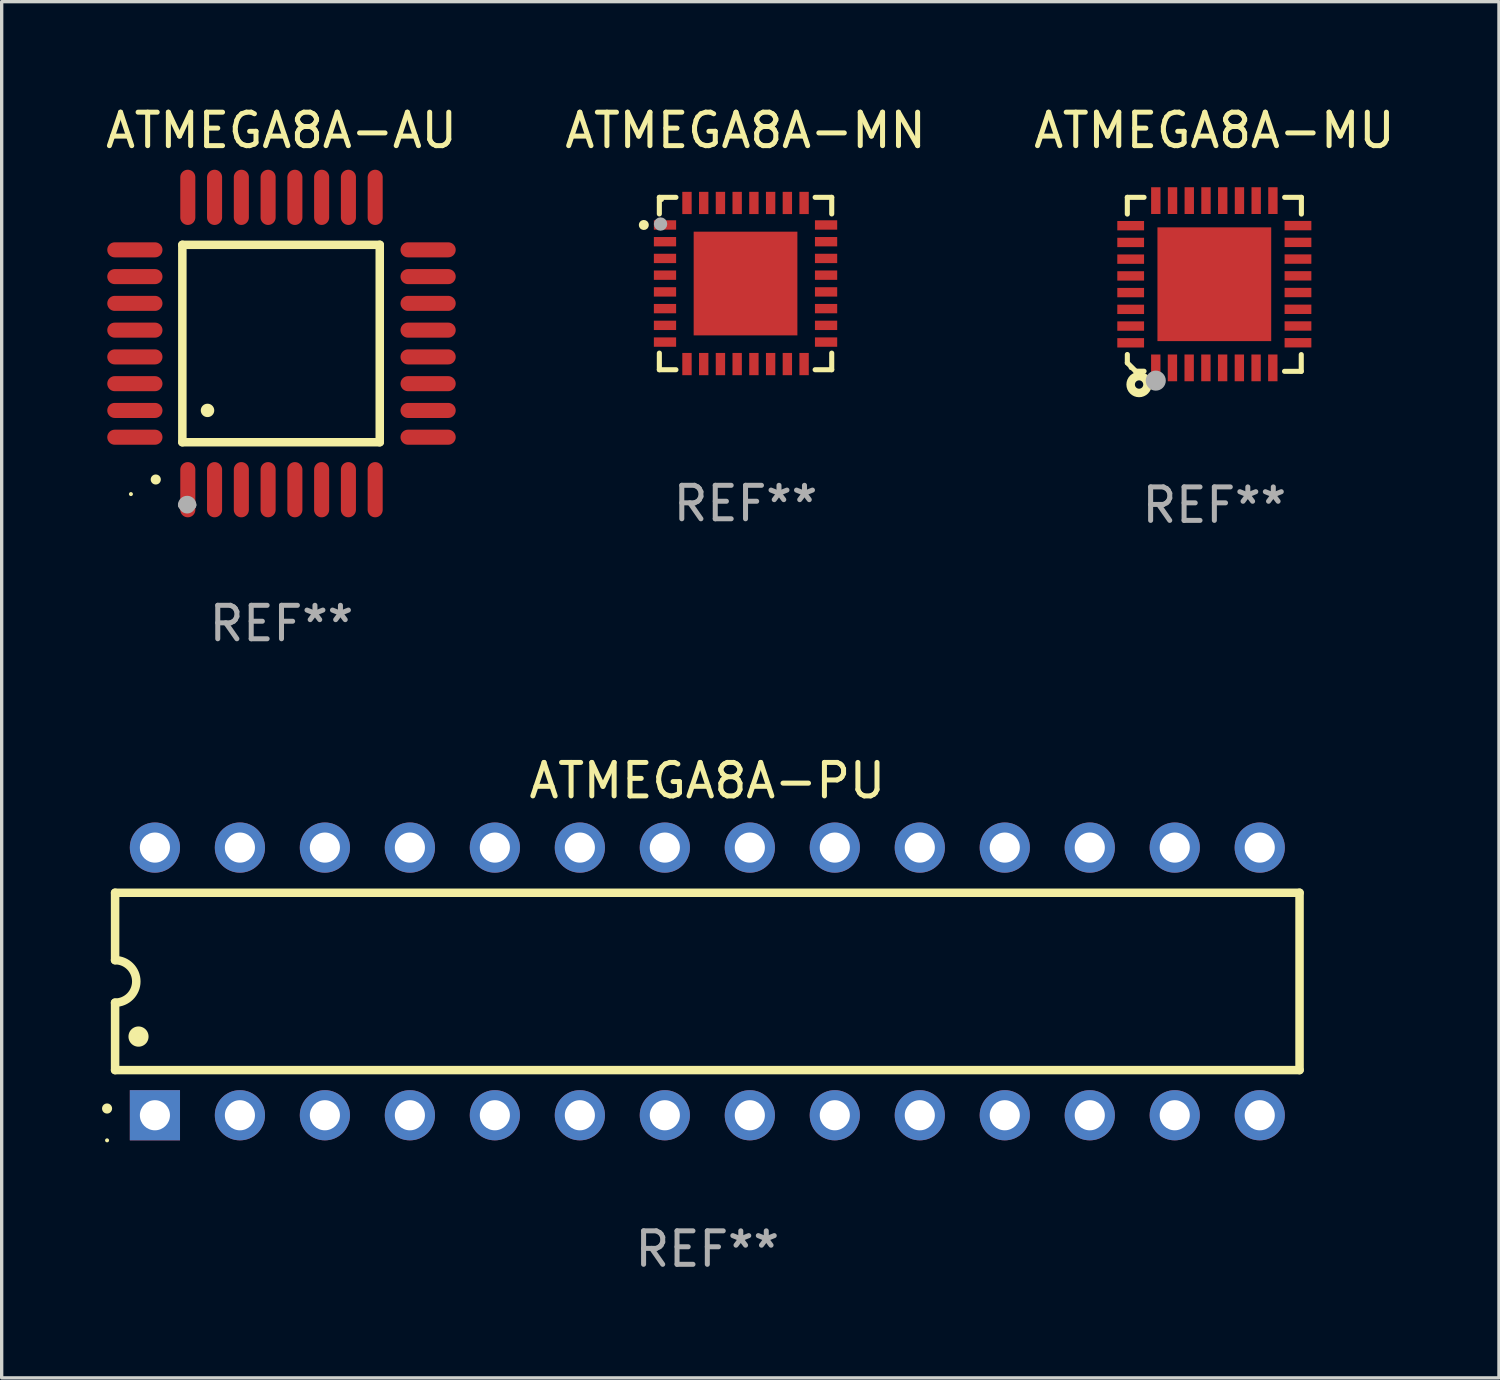
<source format=kicad_pcb>
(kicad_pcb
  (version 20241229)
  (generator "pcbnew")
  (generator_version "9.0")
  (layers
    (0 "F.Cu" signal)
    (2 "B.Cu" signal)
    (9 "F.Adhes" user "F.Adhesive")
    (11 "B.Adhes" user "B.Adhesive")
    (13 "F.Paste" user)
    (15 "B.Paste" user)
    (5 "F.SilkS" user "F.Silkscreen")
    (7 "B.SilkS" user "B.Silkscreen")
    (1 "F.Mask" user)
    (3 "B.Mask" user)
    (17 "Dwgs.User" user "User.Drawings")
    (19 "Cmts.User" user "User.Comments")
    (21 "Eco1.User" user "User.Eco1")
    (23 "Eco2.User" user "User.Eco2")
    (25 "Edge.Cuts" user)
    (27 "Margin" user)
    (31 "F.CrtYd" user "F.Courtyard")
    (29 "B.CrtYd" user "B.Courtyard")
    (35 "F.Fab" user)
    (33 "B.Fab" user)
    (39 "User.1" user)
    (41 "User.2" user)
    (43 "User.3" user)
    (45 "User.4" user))
  (footprint "ATMEGA8A-PU"
    (layer "F.Cu")
    (at 18.09 26.282)
    (property "Reference" "ATMEGA8A-PU" (at 0 -6 0) (layer "F.SilkS") (effects (font (size 1 1) (thickness 0.15))))
    (attr through_hole)
    (fp_line (start -17.7 -2.65) (end 17.7 -2.65) (stroke (width 0.254) (type solid)) (layer "F.SilkS"))
    (fp_line (start -17.7 -0.635) (end -17.7 -2.65) (stroke (width 0.254) (type solid)) (layer "F.SilkS"))
    (fp_line (start -17.7 2.65) (end -17.7 0.635) (stroke (width 0.254) (type solid)) (layer "F.SilkS"))
    (fp_line (start 17.7 -2.65) (end 17.7 2.65) (stroke (width 0.254) (type solid)) (layer "F.SilkS"))
    (fp_line (start 17.7 2.65) (end -17.7 2.65) (stroke (width 0.254) (type solid)) (layer "F.SilkS"))
    (fp_arc (start -17.940056 3.799848) (mid -17.940061 3.798578) (end -17.940056 3.797308) (stroke (width 0.3) (type solid)) (layer "F.SilkS"))
    (fp_arc (start -17.701295 -0.635001) (mid -17.066294 0) (end -17.701295 0.635001) (stroke (width 0.254001) (type solid)) (layer "F.SilkS"))
    (fp_arc (start -17.000254 1.651003) (mid -17.000265 1.648463) (end -17.000254 1.645923) (stroke (width 0.6) (type solid)) (layer "F.SilkS"))
    (fp_circle (center -17.94 4.75) (end -17.91 4.75) (stroke (width 0.06) (type solid)) (fill no) (layer "F.SilkS"))
    (fp_text user "REF**" (at 0 8 0) (layer "F.Fab") (effects (font (size 1 1) (thickness 0.15))))
    (pad "1" thru_hole rect (at -16.51 4 90) (size 1.5 1.5) (drill 0.9) (layers "*.Cu" "*.Mask"))
    (pad "2" thru_hole circle (at -13.97 4) (size 1.5 1.5) (drill 0.9) (layers "*.Cu" "*.Mask"))
    (pad "3" thru_hole circle (at -11.43 4) (size 1.5 1.5) (drill 0.9) (layers "*.Cu" "*.Mask"))
    (pad "4" thru_hole circle (at -8.89 4) (size 1.5 1.5) (drill 0.9) (layers "*.Cu" "*.Mask"))
    (pad "5" thru_hole circle (at -6.35 4) (size 1.5 1.5) (drill 0.9) (layers "*.Cu" "*.Mask"))
    (pad "6" thru_hole circle (at -3.81 4) (size 1.5 1.5) (drill 0.9) (layers "*.Cu" "*.Mask"))
    (pad "7" thru_hole circle (at -1.27 4) (size 1.5 1.5) (drill 0.9) (layers "*.Cu" "*.Mask"))
    (pad "8" thru_hole circle (at 1.27 4) (size 1.5 1.5) (drill 0.9) (layers "*.Cu" "*.Mask"))
    (pad "9" thru_hole circle (at 3.81 4) (size 1.5 1.5) (drill 0.9) (layers "*.Cu" "*.Mask"))
    (pad "10" thru_hole circle (at 6.35 4) (size 1.5 1.5) (drill 0.9) (layers "*.Cu" "*.Mask"))
    (pad "11" thru_hole circle (at 8.89 4) (size 1.5 1.5) (drill 0.9) (layers "*.Cu" "*.Mask"))
    (pad "12" thru_hole circle (at 11.43 4) (size 1.5 1.5) (drill 0.9) (layers "*.Cu" "*.Mask"))
    (pad "13" thru_hole circle (at 13.97 4) (size 1.5 1.5) (drill 0.9) (layers "*.Cu" "*.Mask"))
    (pad "14" thru_hole circle (at 16.51 4) (size 1.5 1.5) (drill 0.9) (layers "*.Cu" "*.Mask"))
    (pad "15" thru_hole circle (at 16.51 -4) (size 1.5 1.5) (drill 0.9) (layers "*.Cu" "*.Mask"))
    (pad "16" thru_hole circle (at 13.97 -4) (size 1.5 1.5) (drill 0.9) (layers "*.Cu" "*.Mask"))
    (pad "17" thru_hole circle (at 11.43 -4) (size 1.5 1.5) (drill 0.9) (layers "*.Cu" "*.Mask"))
    (pad "18" thru_hole circle (at 8.89 -4) (size 1.5 1.5) (drill 0.9) (layers "*.Cu" "*.Mask"))
    (pad "19" thru_hole circle (at 6.35 -4) (size 1.5 1.5) (drill 0.9) (layers "*.Cu" "*.Mask"))
    (pad "20" thru_hole circle (at 3.81 -4) (size 1.5 1.5) (drill 0.9) (layers "*.Cu" "*.Mask"))
    (pad "21" thru_hole circle (at 1.27 -4) (size 1.5 1.5) (drill 0.9) (layers "*.Cu" "*.Mask"))
    (pad "22" thru_hole circle (at -1.27 -4) (size 1.5 1.5) (drill 0.9) (layers "*.Cu" "*.Mask"))
    (pad "23" thru_hole circle (at -3.81 -4) (size 1.5 1.5) (drill 0.9) (layers "*.Cu" "*.Mask"))
    (pad "24" thru_hole circle (at -6.35 -4) (size 1.5 1.5) (drill 0.9) (layers "*.Cu" "*.Mask"))
    (pad "25" thru_hole circle (at -8.89 -4) (size 1.5 1.5) (drill 0.9) (layers "*.Cu" "*.Mask"))
    (pad "26" thru_hole circle (at -11.43 -4) (size 1.5 1.5) (drill 0.9) (layers "*.Cu" "*.Mask"))
    (pad "27" thru_hole circle (at -13.97 -4) (size 1.5 1.5) (drill 0.9) (layers "*.Cu" "*.Mask"))
    (pad "28" thru_hole circle (at -16.51 -4) (size 1.5 1.5) (drill 0.9) (layers "*.Cu" "*.Mask")))
  (footprint "ATMEGA8A-AU"
    (layer "F.Cu")
    (at 5.363 7.217)
    (property "Reference" "ATMEGA8A-AU" (at 0 -6.369 0) (layer "F.SilkS") (effects (font (size 1 1) (thickness 0.15))))
    (attr through_hole)
    (fp_line (start -2.963 -2.95) (end -2.963 2.95) (stroke (width 0.254) (type solid)) (layer "F.SilkS"))
    (fp_line (start -2.963 2.95) (end 2.937 2.95) (stroke (width 0.254) (type solid)) (layer "F.SilkS"))
    (fp_line (start 2.937 -2.95) (end -2.963 -2.95) (stroke (width 0.254) (type solid)) (layer "F.SilkS"))
    (fp_line (start 2.937 2.95) (end 2.937 -2.95) (stroke (width 0.254) (type solid)) (layer "F.SilkS"))
    (fp_arc (start -3.759208 4.064008) (mid -3.757938 4.064003) (end -3.756668 4.064008) (stroke (width 0.3) (type solid)) (layer "F.SilkS"))
    (fp_arc (start -2.212344 1.998984) (mid -2.211074 1.99898) (end -2.209804 1.998984) (stroke (width 0.4) (type solid)) (layer "F.SilkS"))
    (fp_circle (center -4.5 4.5) (end -4.47 4.5) (stroke (width 0.06) (type solid)) (fill no) (layer "F.SilkS"))
    (fp_arc (start -2.967489 4.82601) (mid -2.819406 4.677927) (end -2.671323 4.82601) (stroke (width 0.254001) (type solid)) (layer "F.Fab"))
    (fp_arc (start -2.967488 4.82601) (mid -2.819406 4.791053) (end -2.671324 4.82601) (stroke (width 0.254001) (type solid)) (layer "F.Fab"))
    (fp_circle (center -2.819 4.826) (end -2.692 4.826) (stroke (width 0.254) (type solid)) (fill no) (layer "F.Fab"))
    (fp_text user "REF**" (at 0 8.369 0) (layer "F.Fab") (effects (font (size 1 1) (thickness 0.15))))
    (pad "1" smd oval (at -2.8 4.369) (size 0.45 1.65) (layers "F.Cu" "F.Mask" "F.Paste"))
    (pad "2" smd oval (at -2 4.369) (size 0.45 1.65) (layers "F.Cu" "F.Mask" "F.Paste"))
    (pad "3" smd oval (at -1.2 4.369) (size 0.45 1.65) (layers "F.Cu" "F.Mask" "F.Paste"))
    (pad "4" smd oval (at -0.4 4.369) (size 0.45 1.65) (layers "F.Cu" "F.Mask" "F.Paste"))
    (pad "5" smd oval (at 0.4 4.369) (size 0.45 1.65) (layers "F.Cu" "F.Mask" "F.Paste"))
    (pad "6" smd oval (at 1.2 4.369) (size 0.45 1.65) (layers "F.Cu" "F.Mask" "F.Paste"))
    (pad "7" smd oval (at 2 4.369) (size 0.45 1.65) (layers "F.Cu" "F.Mask" "F.Paste"))
    (pad "8" smd oval (at 2.8 4.369) (size 0.45 1.65) (layers "F.Cu" "F.Mask" "F.Paste"))
    (pad "9" smd oval (at 4.382 2.8) (size 1.65 0.45) (layers "F.Cu" "F.Mask" "F.Paste"))
    (pad "10" smd oval (at 4.382 2) (size 1.65 0.45) (layers "F.Cu" "F.Mask" "F.Paste"))
    (pad "11" smd oval (at 4.382 1.2) (size 1.65 0.45) (layers "F.Cu" "F.Mask" "F.Paste"))
    (pad "12" smd oval (at 4.382 0.4) (size 1.65 0.45) (layers "F.Cu" "F.Mask" "F.Paste"))
    (pad "13" smd oval (at 4.382 -0.4) (size 1.65 0.45) (layers "F.Cu" "F.Mask" "F.Paste"))
    (pad "14" smd oval (at 4.382 -1.2) (size 1.65 0.45) (layers "F.Cu" "F.Mask" "F.Paste"))
    (pad "15" smd oval (at 4.382 -2) (size 1.65 0.45) (layers "F.Cu" "F.Mask" "F.Paste"))
    (pad "16" smd oval (at 4.382 -2.8) (size 1.65 0.45) (layers "F.Cu" "F.Mask" "F.Paste"))
    (pad "17" smd oval (at 2.8 -4.369) (size 0.45 1.65) (layers "F.Cu" "F.Mask" "F.Paste"))
    (pad "18" smd oval (at 2 -4.369) (size 0.45 1.65) (layers "F.Cu" "F.Mask" "F.Paste"))
    (pad "19" smd oval (at 1.2 -4.369) (size 0.45 1.65) (layers "F.Cu" "F.Mask" "F.Paste"))
    (pad "20" smd oval (at 0.4 -4.369) (size 0.45 1.65) (layers "F.Cu" "F.Mask" "F.Paste"))
    (pad "21" smd oval (at -0.4 -4.369) (size 0.45 1.65) (layers "F.Cu" "F.Mask" "F.Paste"))
    (pad "22" smd oval (at -1.2 -4.369) (size 0.45 1.65) (layers "F.Cu" "F.Mask" "F.Paste"))
    (pad "23" smd oval (at -2 -4.369) (size 0.45 1.65) (layers "F.Cu" "F.Mask" "F.Paste"))
    (pad "24" smd oval (at -2.8 -4.369) (size 0.45 1.65) (layers "F.Cu" "F.Mask" "F.Paste"))
    (pad "25" smd oval (at -4.382 -2.8) (size 1.65 0.45) (layers "F.Cu" "F.Mask" "F.Paste"))
    (pad "26" smd oval (at -4.382 -2) (size 1.65 0.45) (layers "F.Cu" "F.Mask" "F.Paste"))
    (pad "27" smd oval (at -4.382 -1.2) (size 1.65 0.45) (layers "F.Cu" "F.Mask" "F.Paste"))
    (pad "28" smd oval (at -4.382 -0.4) (size 1.65 0.45) (layers "F.Cu" "F.Mask" "F.Paste"))
    (pad "29" smd oval (at -4.382 0.4) (size 1.65 0.45) (layers "F.Cu" "F.Mask" "F.Paste"))
    (pad "30" smd oval (at -4.382 1.2) (size 1.65 0.45) (layers "F.Cu" "F.Mask" "F.Paste"))
    (pad "31" smd oval (at -4.382 2) (size 1.65 0.45) (layers "F.Cu" "F.Mask" "F.Paste"))
    (pad "32" smd oval (at -4.382 2.8) (size 1.65 0.45) (layers "F.Cu" "F.Mask" "F.Paste")))
  (footprint "ATMEGA8A-MN"
    (layer "F.Cu")
    (at 19.232 5.424)
    (property "Reference" "ATMEGA8A-MN" (at 0 -4.576 0) (layer "F.SilkS") (effects (font (size 1 1) (thickness 0.15))))
    (attr through_hole)
    (fp_line (start -2.576 -2.576) (end -2.576 -2.08) (stroke (width 0.152) (type solid)) (layer "F.SilkS"))
    (fp_line (start -2.576 2.576) (end -2.576 2.08) (stroke (width 0.152) (type solid)) (layer "F.SilkS"))
    (fp_line (start -2.08 -2.576) (end -2.576 -2.576) (stroke (width 0.152) (type solid)) (layer "F.SilkS"))
    (fp_line (start -2.08 2.576) (end -2.576 2.576) (stroke (width 0.152) (type solid)) (layer "F.SilkS"))
    (fp_line (start 2.08 -2.576) (end 2.576 -2.576) (stroke (width 0.152) (type solid)) (layer "F.SilkS"))
    (fp_line (start 2.08 2.576) (end 2.576 2.576) (stroke (width 0.152) (type solid)) (layer "F.SilkS"))
    (fp_line (start 2.576 -2.576) (end 2.576 -2.08) (stroke (width 0.152) (type solid)) (layer "F.SilkS"))
    (fp_line (start 2.576 2.576) (end 2.576 2.08) (stroke (width 0.152) (type solid)) (layer "F.SilkS"))
    (fp_circle (center -3.04 -1.75) (end -2.965 -1.75) (stroke (width 0.15) (type solid)) (fill no) (layer "F.SilkS"))
    (fp_circle (center -2.5 -2.5) (end -2.47 -2.5) (stroke (width 0.06) (type solid)) (fill no) (layer "F.SilkS"))
    (fp_circle (center -2.54 -1.778) (end -2.44 -1.778) (stroke (width 0.2) (type solid)) (fill no) (layer "F.Fab"))
    (fp_text user "REF**" (at 0 6.576 0) (layer "F.Fab") (effects (font (size 1 1) (thickness 0.15))))
    (pad "1" smd rect (at -2.407 -1.75) (size 0.665 0.28) (layers "F.Cu" "F.Mask" "F.Paste"))
    (pad "2" smd rect (at -2.407 -1.25) (size 0.665 0.28) (layers "F.Cu" "F.Mask" "F.Paste"))
    (pad "3" smd rect (at -2.407 -0.75) (size 0.665 0.28) (layers "F.Cu" "F.Mask" "F.Paste"))
    (pad "4" smd rect (at -2.407 -0.25) (size 0.665 0.28) (layers "F.Cu" "F.Mask" "F.Paste"))
    (pad "5" smd rect (at -2.407 0.25) (size 0.665 0.28) (layers "F.Cu" "F.Mask" "F.Paste"))
    (pad "6" smd rect (at -2.407 0.75) (size 0.665 0.28) (layers "F.Cu" "F.Mask" "F.Paste"))
    (pad "7" smd rect (at -2.407 1.25) (size 0.665 0.28) (layers "F.Cu" "F.Mask" "F.Paste"))
    (pad "8" smd rect (at -2.407 1.75) (size 0.665 0.28) (layers "F.Cu" "F.Mask" "F.Paste"))
    (pad "9" smd rect (at -1.75 2.407) (size 0.28 0.665) (layers "F.Cu" "F.Mask" "F.Paste"))
    (pad "10" smd rect (at -1.25 2.407) (size 0.28 0.665) (layers "F.Cu" "F.Mask" "F.Paste"))
    (pad "11" smd rect (at -0.75 2.407) (size 0.28 0.665) (layers "F.Cu" "F.Mask" "F.Paste"))
    (pad "12" smd rect (at -0.25 2.407) (size 0.28 0.665) (layers "F.Cu" "F.Mask" "F.Paste"))
    (pad "13" smd rect (at 0.25 2.407) (size 0.28 0.665) (layers "F.Cu" "F.Mask" "F.Paste"))
    (pad "14" smd rect (at 0.75 2.407) (size 0.28 0.665) (layers "F.Cu" "F.Mask" "F.Paste"))
    (pad "15" smd rect (at 1.25 2.407) (size 0.28 0.665) (layers "F.Cu" "F.Mask" "F.Paste"))
    (pad "16" smd rect (at 1.75 2.407) (size 0.28 0.665) (layers "F.Cu" "F.Mask" "F.Paste"))
    (pad "17" smd rect (at 2.407 1.75) (size 0.665 0.28) (layers "F.Cu" "F.Mask" "F.Paste"))
    (pad "18" smd rect (at 2.407 1.25) (size 0.665 0.28) (layers "F.Cu" "F.Mask" "F.Paste"))
    (pad "19" smd rect (at 2.407 0.75) (size 0.665 0.28) (layers "F.Cu" "F.Mask" "F.Paste"))
    (pad "20" smd rect (at 2.407 0.25) (size 0.665 0.28) (layers "F.Cu" "F.Mask" "F.Paste"))
    (pad "21" smd rect (at 2.407 -0.25) (size 0.665 0.28) (layers "F.Cu" "F.Mask" "F.Paste"))
    (pad "22" smd rect (at 2.407 -0.75) (size 0.665 0.28) (layers "F.Cu" "F.Mask" "F.Paste"))
    (pad "23" smd rect (at 2.407 -1.25) (size 0.665 0.28) (layers "F.Cu" "F.Mask" "F.Paste"))
    (pad "24" smd rect (at 2.407 -1.75) (size 0.665 0.28) (layers "F.Cu" "F.Mask" "F.Paste"))
    (pad "25" smd rect (at 1.75 -2.408) (size 0.28 0.665) (layers "F.Cu" "F.Mask" "F.Paste"))
    (pad "26" smd rect (at 1.25 -2.408) (size 0.28 0.665) (layers "F.Cu" "F.Mask" "F.Paste"))
    (pad "27" smd rect (at 0.75 -2.408) (size 0.28 0.665) (layers "F.Cu" "F.Mask" "F.Paste"))
    (pad "28" smd rect (at 0.25 -2.408) (size 0.28 0.665) (layers "F.Cu" "F.Mask" "F.Paste"))
    (pad "29" smd rect (at -0.25 -2.408) (size 0.28 0.665) (layers "F.Cu" "F.Mask" "F.Paste"))
    (pad "30" smd rect (at -0.75 -2.408) (size 0.28 0.665) (layers "F.Cu" "F.Mask" "F.Paste"))
    (pad "31" smd rect (at -1.25 -2.408) (size 0.28 0.665) (layers "F.Cu" "F.Mask" "F.Paste"))
    (pad "32" smd rect (at -1.75 -2.408) (size 0.28 0.665) (layers "F.Cu" "F.Mask" "F.Paste"))
    (pad "33" smd rect (at -0.000076 -0.000102) (size 3.1 3.1) (layers "F.Cu" "F.Mask" "F.Paste")))
  (footprint "ATMEGA8A-MU"
    (layer "F.Cu")
    (at 33.244 5.448)
    (property "Reference" "ATMEGA8A-MU" (at 0 -4.6 0) (layer "F.SilkS") (effects (font (size 1 1) (thickness 0.15))))
    (attr through_hole)
    (fp_line (start -2.601 2.097) (end -2.601 2.347) (stroke (width 0.152) (type solid)) (layer "F.SilkS"))
    (fp_line (start -2.601 2.347) (end -2.351 2.597) (stroke (width 0.152) (type solid)) (layer "F.SilkS"))
    (fp_line (start -2.601 -2.6) (end -2.601 -2.1) (stroke (width 0.152) (type solid)) (layer "F.SilkS"))
    (fp_line (start -2.601 -2.6) (end -2.101 -2.6) (stroke (width 0.152) (type solid)) (layer "F.SilkS"))
    (fp_line (start -2.351 2.597) (end -2.101 2.597) (stroke (width 0.152) (type solid)) (layer "F.SilkS"))
    (fp_line (start 2.597 2.6) (end 2.097 2.6) (stroke (width 0.152) (type solid)) (layer "F.SilkS"))
    (fp_line (start 2.597 2.6) (end 2.597 2.1) (stroke (width 0.152) (type solid)) (layer "F.SilkS"))
    (fp_line (start 2.601 -2.6) (end 2.101 -2.6) (stroke (width 0.152) (type solid)) (layer "F.SilkS"))
    (fp_line (start 2.601 -2.6) (end 2.601 -2.1) (stroke (width 0.152) (type solid)) (layer "F.SilkS"))
    (fp_circle (center -2.501 2.497) (end -2.471 2.497) (stroke (width 0.06) (type solid)) (fill no) (layer "F.SilkS"))
    (fp_circle (center -2.25 2.995) (end -2.125 2.995) (stroke (width 0.254) (type solid)) (fill no) (layer "F.SilkS"))
    (fp_circle (center -1.751 2.878) (end -1.601 2.878) (stroke (width 0.3) (type solid)) (fill no) (layer "F.Fab"))
    (fp_text user "REF**" (at 0 6.6 0) (layer "F.Fab") (effects (font (size 1 1) (thickness 0.15))))
    (pad "1" smd rect (at -1.751 2.497) (size 0.28 0.8) (layers "F.Cu" "F.Mask" "F.Paste"))
    (pad "2" smd rect (at -1.253 2.497) (size 0.28 0.8) (layers "F.Cu" "F.Mask" "F.Paste"))
    (pad "3" smd rect (at -0.753 2.497) (size 0.28 0.8) (layers "F.Cu" "F.Mask" "F.Paste"))
    (pad "4" smd rect (at -0.253 2.497) (size 0.28 0.8) (layers "F.Cu" "F.Mask" "F.Paste"))
    (pad "5" smd rect (at 0.247 2.497) (size 0.28 0.8) (layers "F.Cu" "F.Mask" "F.Paste"))
    (pad "6" smd rect (at 0.747 2.497) (size 0.28 0.8) (layers "F.Cu" "F.Mask" "F.Paste"))
    (pad "7" smd rect (at 1.247 2.497) (size 0.28 0.8) (layers "F.Cu" "F.Mask" "F.Paste"))
    (pad "8" smd rect (at 1.747 2.497) (size 0.28 0.8) (layers "F.Cu" "F.Mask" "F.Paste"))
    (pad "9" smd rect (at 2.499 1.746) (size 0.8 0.28) (layers "F.Cu" "F.Mask" "F.Paste"))
    (pad "10" smd rect (at 2.499 1.245) (size 0.8 0.28) (layers "F.Cu" "F.Mask" "F.Paste"))
    (pad "11" smd rect (at 2.499 0.746) (size 0.8 0.28) (layers "F.Cu" "F.Mask" "F.Paste"))
    (pad "12" smd rect (at 2.499 0.245) (size 0.8 0.28) (layers "F.Cu" "F.Mask" "F.Paste"))
    (pad "13" smd rect (at 2.499 -0.254) (size 0.8 0.28) (layers "F.Cu" "F.Mask" "F.Paste"))
    (pad "14" smd rect (at 2.499 -0.755) (size 0.8 0.28) (layers "F.Cu" "F.Mask" "F.Paste"))
    (pad "15" smd rect (at 2.499 -1.254) (size 0.8 0.28) (layers "F.Cu" "F.Mask" "F.Paste"))
    (pad "16" smd rect (at 2.499 -1.755) (size 0.8 0.28) (layers "F.Cu" "F.Mask" "F.Paste"))
    (pad "17" smd rect (at 1.75 -2.502) (size 0.28 0.8) (layers "F.Cu" "F.Mask" "F.Paste"))
    (pad "18" smd rect (at 1.25 -2.502) (size 0.28 0.8) (layers "F.Cu" "F.Mask" "F.Paste"))
    (pad "19" smd rect (at 0.75 -2.502) (size 0.28 0.8) (layers "F.Cu" "F.Mask" "F.Paste"))
    (pad "20" smd rect (at 0.25 -2.502) (size 0.28 0.8) (layers "F.Cu" "F.Mask" "F.Paste"))
    (pad "21" smd rect (at -0.25 -2.502) (size 0.28 0.8) (layers "F.Cu" "F.Mask" "F.Paste"))
    (pad "22" smd rect (at -0.75 -2.502) (size 0.28 0.8) (layers "F.Cu" "F.Mask" "F.Paste"))
    (pad "23" smd rect (at -1.25 -2.502) (size 0.28 0.8) (layers "F.Cu" "F.Mask" "F.Paste"))
    (pad "24" smd rect (at -1.75 -2.502) (size 0.28 0.8) (layers "F.Cu" "F.Mask" "F.Paste"))
    (pad "25" smd rect (at -2.501 -1.753) (size 0.8 0.28) (layers "F.Cu" "F.Mask" "F.Paste"))
    (pad "26" smd rect (at -2.501 -1.252) (size 0.8 0.28) (layers "F.Cu" "F.Mask" "F.Paste"))
    (pad "27" smd rect (at -2.501 -0.753) (size 0.8 0.28) (layers "F.Cu" "F.Mask" "F.Paste"))
    (pad "28" smd rect (at -2.501 -0.252) (size 0.8 0.28) (layers "F.Cu" "F.Mask" "F.Paste"))
    (pad "29" smd rect (at -2.501 0.247) (size 0.8 0.28) (layers "F.Cu" "F.Mask" "F.Paste"))
    (pad "30" smd rect (at -2.501 0.748) (size 0.8 0.28) (layers "F.Cu" "F.Mask" "F.Paste"))
    (pad "31" smd rect (at -2.501 1.247) (size 0.8 0.28) (layers "F.Cu" "F.Mask" "F.Paste"))
    (pad "32" smd rect (at -2.501 1.748) (size 0.8 0.28) (layers "F.Cu" "F.Mask" "F.Paste"))
    (pad "33" smd rect (at -0.001 -0.003 180) (size 3.4 3.4) (layers "F.Cu" "F.Mask" "F.Paste")))
  (gr_rect
    (start -3 -3)
    (end 41.75 38.131)
    (stroke (width 0.1) (type default))
    (fill no)
    (layer "Edge.Cuts")))
</source>
